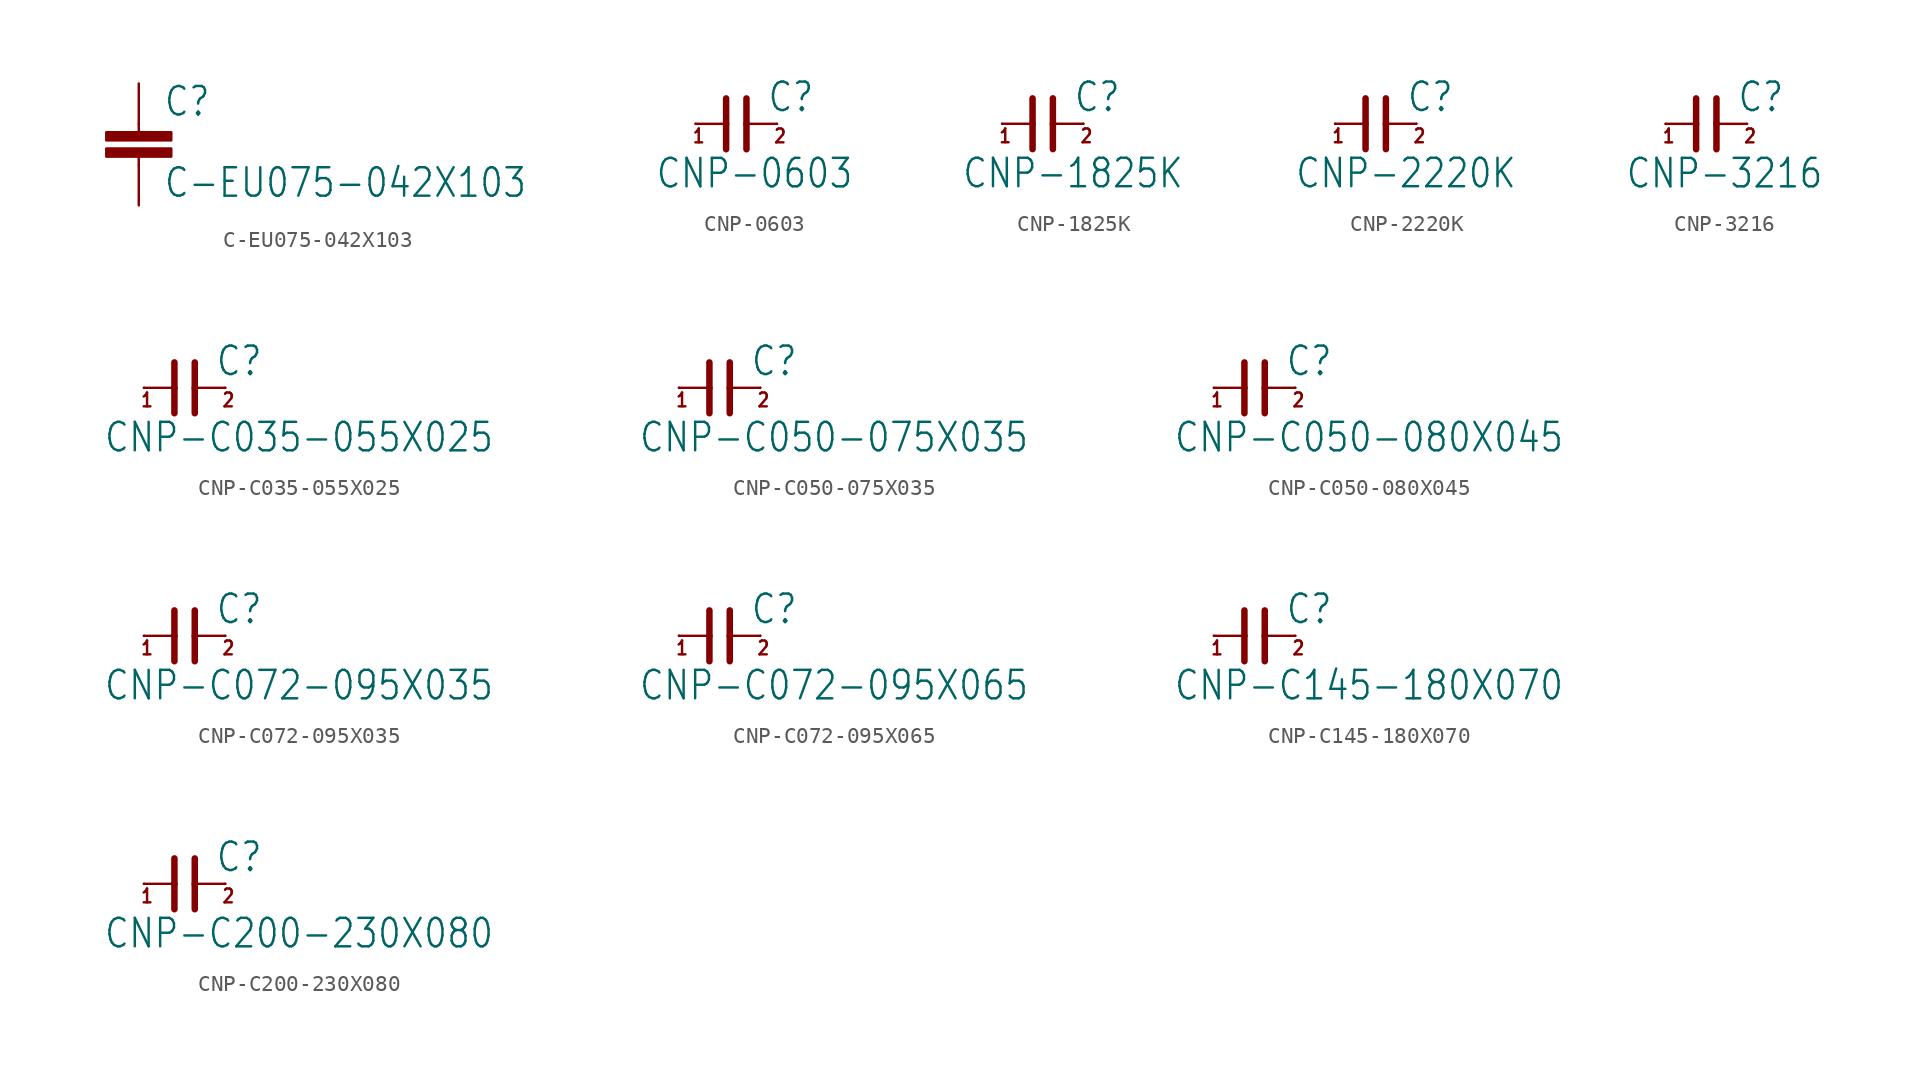
<source format=kicad_sym>
(kicad_symbol_lib
  (version 20211014)
  (generator kicad_symbol_editor)
  (symbol "C-EU075-042X103"
    (property "Reference" "C"
      (at 1.524 0.381 0)
      (effects (font (size 1.778 1.511)) (justify left bottom)))
    (property "Value" "C-EU075-042X103"
      (at 1.524 -4.699 0)
      (effects (font (size 1.778 1.511)) (justify left bottom)))
    (property "ki_locked" ""
      (at 0 0 0)
      (effects (font (size 1.27 1.27))))
    (symbol "C-EU075-042X103_1_0"
      (rectangle (start -2.032 -2.032) (end 2.032 -1.524) (stroke (width 0) (type default) (color 0 0 0 0)) (fill (type outline)))
      (rectangle (start -2.032 -1.016) (end 2.032 -0.508) (stroke (width 0) (type default) (color 0 0 0 0)) (fill (type outline)))
      (polyline (pts (xy 0 -2.54) (xy 0 -2.032)) (stroke (width 0.152) (type default) (color 0 0 0 0)) (fill (type none)))
      (polyline (pts (xy 0 0) (xy 0 -0.508)) (stroke (width 0.152) (type default) (color 0 0 0 0)) (fill (type none)))
      (pin passive line (at 0 2.54 270) (length 2.54) (name "1" (effects (font (size 0 0)))) (number "1" (effects (font (size 0 0)))))
      (pin passive line (at 0 -5.08 90) (length 2.54) (name "2" (effects (font (size 0 0)))) (number "2" (effects (font (size 0 0)))))))
  (symbol "CNP-0603"
    (property "Reference" "C"
      (at 1.905 0.635 0)
      (effects (font (size 1.778 1.511)) (justify left bottom)))
    (property "Value" "CNP-0603"
      (at -5.08 -4.128 0)
      (effects (font (size 1.778 1.511)) (justify left bottom)))
    (property "ki_locked" ""
      (at 0 0 0)
      (effects (font (size 1.27 1.27))))
    (symbol "CNP-0603_1_0"
      (polyline (pts (xy -2.54 0) (xy -0.635 0)) (stroke (width 0.152) (type default) (color 0 0 0 0)) (fill (type none)))
      (polyline (pts (xy -0.635 0) (xy -0.635 -1.587)) (stroke (width 0.406) (type default) (color 0 0 0 0)) (fill (type none)))
      (polyline (pts (xy -0.635 1.587) (xy -0.635 0)) (stroke (width 0.406) (type default) (color 0 0 0 0)) (fill (type none)))
      (polyline (pts (xy 0.635 0) (xy 0.635 -1.587)) (stroke (width 0.406) (type default) (color 0 0 0 0)) (fill (type none)))
      (polyline (pts (xy 0.635 1.587) (xy 0.635 0)) (stroke (width 0.406) (type default) (color 0 0 0 0)) (fill (type none)))
      (polyline (pts (xy 2.54 0) (xy 0.635 0)) (stroke (width 0.152) (type default) (color 0 0 0 0)) (fill (type none)))
      (text "1" (at -2.794 -1.27 0) (effects (font (size 0.864 0.734)) (justify left bottom)))
      (text "2" (at 2.286 -1.27 0) (effects (font (size 0.864 0.734)) (justify left bottom)))
      (pin passive line (at -2.54 0 0) (length 0) (name "1" (effects (font (size 0 0)))) (number "1" (effects (font (size 0 0)))))
      (pin passive line (at 2.54 0 180) (length 0) (name "2" (effects (font (size 0 0)))) (number "2" (effects (font (size 0 0)))))))
  (symbol "CNP-1825K"
    (property "Reference" "C"
      (at 1.905 0.635 0)
      (effects (font (size 1.778 1.511)) (justify left bottom)))
    (property "Value" "CNP-1825K"
      (at -5.08 -4.128 0)
      (effects (font (size 1.778 1.511)) (justify left bottom)))
    (property "ki_locked" ""
      (at 0 0 0)
      (effects (font (size 1.27 1.27))))
    (symbol "CNP-1825K_1_0"
      (polyline (pts (xy -2.54 0) (xy -0.635 0)) (stroke (width 0.152) (type default) (color 0 0 0 0)) (fill (type none)))
      (polyline (pts (xy -0.635 0) (xy -0.635 -1.587)) (stroke (width 0.406) (type default) (color 0 0 0 0)) (fill (type none)))
      (polyline (pts (xy -0.635 1.587) (xy -0.635 0)) (stroke (width 0.406) (type default) (color 0 0 0 0)) (fill (type none)))
      (polyline (pts (xy 0.635 0) (xy 0.635 -1.587)) (stroke (width 0.406) (type default) (color 0 0 0 0)) (fill (type none)))
      (polyline (pts (xy 0.635 1.587) (xy 0.635 0)) (stroke (width 0.406) (type default) (color 0 0 0 0)) (fill (type none)))
      (polyline (pts (xy 2.54 0) (xy 0.635 0)) (stroke (width 0.152) (type default) (color 0 0 0 0)) (fill (type none)))
      (text "1" (at -2.794 -1.27 0) (effects (font (size 0.864 0.734)) (justify left bottom)))
      (text "2" (at 2.286 -1.27 0) (effects (font (size 0.864 0.734)) (justify left bottom)))
      (pin passive line (at -2.54 0 0) (length 0) (name "1" (effects (font (size 0 0)))) (number "1" (effects (font (size 0 0)))))
      (pin passive line (at 2.54 0 180) (length 0) (name "2" (effects (font (size 0 0)))) (number "2" (effects (font (size 0 0)))))))
  (symbol "CNP-2220K"
    (property "Reference" "C"
      (at 1.905 0.635 0)
      (effects (font (size 1.778 1.511)) (justify left bottom)))
    (property "Value" "CNP-2220K"
      (at -5.08 -4.128 0)
      (effects (font (size 1.778 1.511)) (justify left bottom)))
    (property "ki_locked" ""
      (at 0 0 0)
      (effects (font (size 1.27 1.27))))
    (symbol "CNP-2220K_1_0"
      (polyline (pts (xy -2.54 0) (xy -0.635 0)) (stroke (width 0.152) (type default) (color 0 0 0 0)) (fill (type none)))
      (polyline (pts (xy -0.635 0) (xy -0.635 -1.587)) (stroke (width 0.406) (type default) (color 0 0 0 0)) (fill (type none)))
      (polyline (pts (xy -0.635 1.587) (xy -0.635 0)) (stroke (width 0.406) (type default) (color 0 0 0 0)) (fill (type none)))
      (polyline (pts (xy 0.635 0) (xy 0.635 -1.587)) (stroke (width 0.406) (type default) (color 0 0 0 0)) (fill (type none)))
      (polyline (pts (xy 0.635 1.587) (xy 0.635 0)) (stroke (width 0.406) (type default) (color 0 0 0 0)) (fill (type none)))
      (polyline (pts (xy 2.54 0) (xy 0.635 0)) (stroke (width 0.152) (type default) (color 0 0 0 0)) (fill (type none)))
      (text "1" (at -2.794 -1.27 0) (effects (font (size 0.864 0.734)) (justify left bottom)))
      (text "2" (at 2.286 -1.27 0) (effects (font (size 0.864 0.734)) (justify left bottom)))
      (pin passive line (at -2.54 0 0) (length 0) (name "1" (effects (font (size 0 0)))) (number "1" (effects (font (size 0 0)))))
      (pin passive line (at 2.54 0 180) (length 0) (name "2" (effects (font (size 0 0)))) (number "2" (effects (font (size 0 0)))))))
  (symbol "CNP-3216"
    (property "Reference" "C"
      (at 1.905 0.635 0)
      (effects (font (size 1.778 1.511)) (justify left bottom)))
    (property "Value" "CNP-3216"
      (at -5.08 -4.128 0)
      (effects (font (size 1.778 1.511)) (justify left bottom)))
    (property "ki_locked" ""
      (at 0 0 0)
      (effects (font (size 1.27 1.27))))
    (symbol "CNP-3216_1_0"
      (polyline (pts (xy -2.54 0) (xy -0.635 0)) (stroke (width 0.152) (type default) (color 0 0 0 0)) (fill (type none)))
      (polyline (pts (xy -0.635 0) (xy -0.635 -1.587)) (stroke (width 0.406) (type default) (color 0 0 0 0)) (fill (type none)))
      (polyline (pts (xy -0.635 1.587) (xy -0.635 0)) (stroke (width 0.406) (type default) (color 0 0 0 0)) (fill (type none)))
      (polyline (pts (xy 0.635 0) (xy 0.635 -1.587)) (stroke (width 0.406) (type default) (color 0 0 0 0)) (fill (type none)))
      (polyline (pts (xy 0.635 1.587) (xy 0.635 0)) (stroke (width 0.406) (type default) (color 0 0 0 0)) (fill (type none)))
      (polyline (pts (xy 2.54 0) (xy 0.635 0)) (stroke (width 0.152) (type default) (color 0 0 0 0)) (fill (type none)))
      (text "1" (at -2.794 -1.27 0) (effects (font (size 0.864 0.734)) (justify left bottom)))
      (text "2" (at 2.286 -1.27 0) (effects (font (size 0.864 0.734)) (justify left bottom)))
      (pin passive line (at -2.54 0 0) (length 0) (name "1" (effects (font (size 0 0)))) (number "1" (effects (font (size 0 0)))))
      (pin passive line (at 2.54 0 180) (length 0) (name "2" (effects (font (size 0 0)))) (number "2" (effects (font (size 0 0)))))))
  (symbol "CNP-C035-055X025"
    (property "Reference" "C"
      (at 1.905 0.635 0)
      (effects (font (size 1.778 1.511)) (justify left bottom)))
    (property "Value" "CNP-C035-055X025"
      (at -5.08 -4.128 0)
      (effects (font (size 1.778 1.511)) (justify left bottom)))
    (property "ki_locked" ""
      (at 0 0 0)
      (effects (font (size 1.27 1.27))))
    (symbol "CNP-C035-055X025_1_0"
      (polyline (pts (xy -2.54 0) (xy -0.635 0)) (stroke (width 0.152) (type default) (color 0 0 0 0)) (fill (type none)))
      (polyline (pts (xy -0.635 0) (xy -0.635 -1.587)) (stroke (width 0.406) (type default) (color 0 0 0 0)) (fill (type none)))
      (polyline (pts (xy -0.635 1.587) (xy -0.635 0)) (stroke (width 0.406) (type default) (color 0 0 0 0)) (fill (type none)))
      (polyline (pts (xy 0.635 0) (xy 0.635 -1.587)) (stroke (width 0.406) (type default) (color 0 0 0 0)) (fill (type none)))
      (polyline (pts (xy 0.635 1.587) (xy 0.635 0)) (stroke (width 0.406) (type default) (color 0 0 0 0)) (fill (type none)))
      (polyline (pts (xy 2.54 0) (xy 0.635 0)) (stroke (width 0.152) (type default) (color 0 0 0 0)) (fill (type none)))
      (text "1" (at -2.794 -1.27 0) (effects (font (size 0.864 0.734)) (justify left bottom)))
      (text "2" (at 2.286 -1.27 0) (effects (font (size 0.864 0.734)) (justify left bottom)))
      (pin passive line (at -2.54 0 0) (length 0) (name "1" (effects (font (size 0 0)))) (number "1" (effects (font (size 0 0)))))
      (pin passive line (at 2.54 0 180) (length 0) (name "2" (effects (font (size 0 0)))) (number "2" (effects (font (size 0 0)))))))
  (symbol "CNP-C050-075X035"
    (property "Reference" "C"
      (at 1.905 0.635 0)
      (effects (font (size 1.778 1.511)) (justify left bottom)))
    (property "Value" "CNP-C050-075X035"
      (at -5.08 -4.128 0)
      (effects (font (size 1.778 1.511)) (justify left bottom)))
    (property "ki_locked" ""
      (at 0 0 0)
      (effects (font (size 1.27 1.27))))
    (symbol "CNP-C050-075X035_1_0"
      (polyline (pts (xy -2.54 0) (xy -0.635 0)) (stroke (width 0.152) (type default) (color 0 0 0 0)) (fill (type none)))
      (polyline (pts (xy -0.635 0) (xy -0.635 -1.587)) (stroke (width 0.406) (type default) (color 0 0 0 0)) (fill (type none)))
      (polyline (pts (xy -0.635 1.587) (xy -0.635 0)) (stroke (width 0.406) (type default) (color 0 0 0 0)) (fill (type none)))
      (polyline (pts (xy 0.635 0) (xy 0.635 -1.587)) (stroke (width 0.406) (type default) (color 0 0 0 0)) (fill (type none)))
      (polyline (pts (xy 0.635 1.587) (xy 0.635 0)) (stroke (width 0.406) (type default) (color 0 0 0 0)) (fill (type none)))
      (polyline (pts (xy 2.54 0) (xy 0.635 0)) (stroke (width 0.152) (type default) (color 0 0 0 0)) (fill (type none)))
      (text "1" (at -2.794 -1.27 0) (effects (font (size 0.864 0.734)) (justify left bottom)))
      (text "2" (at 2.286 -1.27 0) (effects (font (size 0.864 0.734)) (justify left bottom)))
      (pin passive line (at -2.54 0 0) (length 0) (name "1" (effects (font (size 0 0)))) (number "1" (effects (font (size 0 0)))))
      (pin passive line (at 2.54 0 180) (length 0) (name "2" (effects (font (size 0 0)))) (number "2" (effects (font (size 0 0)))))))
  (symbol "CNP-C050-080X045"
    (property "Reference" "C"
      (at 1.905 0.635 0)
      (effects (font (size 1.778 1.511)) (justify left bottom)))
    (property "Value" "CNP-C050-080X045"
      (at -5.08 -4.128 0)
      (effects (font (size 1.778 1.511)) (justify left bottom)))
    (property "ki_locked" ""
      (at 0 0 0)
      (effects (font (size 1.27 1.27))))
    (symbol "CNP-C050-080X045_1_0"
      (polyline (pts (xy -2.54 0) (xy -0.635 0)) (stroke (width 0.152) (type default) (color 0 0 0 0)) (fill (type none)))
      (polyline (pts (xy -0.635 0) (xy -0.635 -1.587)) (stroke (width 0.406) (type default) (color 0 0 0 0)) (fill (type none)))
      (polyline (pts (xy -0.635 1.587) (xy -0.635 0)) (stroke (width 0.406) (type default) (color 0 0 0 0)) (fill (type none)))
      (polyline (pts (xy 0.635 0) (xy 0.635 -1.587)) (stroke (width 0.406) (type default) (color 0 0 0 0)) (fill (type none)))
      (polyline (pts (xy 0.635 1.587) (xy 0.635 0)) (stroke (width 0.406) (type default) (color 0 0 0 0)) (fill (type none)))
      (polyline (pts (xy 2.54 0) (xy 0.635 0)) (stroke (width 0.152) (type default) (color 0 0 0 0)) (fill (type none)))
      (text "1" (at -2.794 -1.27 0) (effects (font (size 0.864 0.734)) (justify left bottom)))
      (text "2" (at 2.286 -1.27 0) (effects (font (size 0.864 0.734)) (justify left bottom)))
      (pin passive line (at -2.54 0 0) (length 0) (name "1" (effects (font (size 0 0)))) (number "1" (effects (font (size 0 0)))))
      (pin passive line (at 2.54 0 180) (length 0) (name "2" (effects (font (size 0 0)))) (number "2" (effects (font (size 0 0)))))))
  (symbol "CNP-C072-095X035"
    (property "Reference" "C"
      (at 1.905 0.635 0)
      (effects (font (size 1.778 1.511)) (justify left bottom)))
    (property "Value" "CNP-C072-095X035"
      (at -5.08 -4.128 0)
      (effects (font (size 1.778 1.511)) (justify left bottom)))
    (property "ki_locked" ""
      (at 0 0 0)
      (effects (font (size 1.27 1.27))))
    (symbol "CNP-C072-095X035_1_0"
      (polyline (pts (xy -2.54 0) (xy -0.635 0)) (stroke (width 0.152) (type default) (color 0 0 0 0)) (fill (type none)))
      (polyline (pts (xy -0.635 0) (xy -0.635 -1.587)) (stroke (width 0.406) (type default) (color 0 0 0 0)) (fill (type none)))
      (polyline (pts (xy -0.635 1.587) (xy -0.635 0)) (stroke (width 0.406) (type default) (color 0 0 0 0)) (fill (type none)))
      (polyline (pts (xy 0.635 0) (xy 0.635 -1.587)) (stroke (width 0.406) (type default) (color 0 0 0 0)) (fill (type none)))
      (polyline (pts (xy 0.635 1.587) (xy 0.635 0)) (stroke (width 0.406) (type default) (color 0 0 0 0)) (fill (type none)))
      (polyline (pts (xy 2.54 0) (xy 0.635 0)) (stroke (width 0.152) (type default) (color 0 0 0 0)) (fill (type none)))
      (text "1" (at -2.794 -1.27 0) (effects (font (size 0.864 0.734)) (justify left bottom)))
      (text "2" (at 2.286 -1.27 0) (effects (font (size 0.864 0.734)) (justify left bottom)))
      (pin passive line (at -2.54 0 0) (length 0) (name "1" (effects (font (size 0 0)))) (number "1" (effects (font (size 0 0)))))
      (pin passive line (at 2.54 0 180) (length 0) (name "2" (effects (font (size 0 0)))) (number "2" (effects (font (size 0 0)))))))
  (symbol "CNP-C072-095X065"
    (property "Reference" "C"
      (at 1.905 0.635 0)
      (effects (font (size 1.778 1.511)) (justify left bottom)))
    (property "Value" "CNP-C072-095X065"
      (at -5.08 -4.128 0)
      (effects (font (size 1.778 1.511)) (justify left bottom)))
    (property "ki_locked" ""
      (at 0 0 0)
      (effects (font (size 1.27 1.27))))
    (symbol "CNP-C072-095X065_1_0"
      (polyline (pts (xy -2.54 0) (xy -0.635 0)) (stroke (width 0.152) (type default) (color 0 0 0 0)) (fill (type none)))
      (polyline (pts (xy -0.635 0) (xy -0.635 -1.587)) (stroke (width 0.406) (type default) (color 0 0 0 0)) (fill (type none)))
      (polyline (pts (xy -0.635 1.587) (xy -0.635 0)) (stroke (width 0.406) (type default) (color 0 0 0 0)) (fill (type none)))
      (polyline (pts (xy 0.635 0) (xy 0.635 -1.587)) (stroke (width 0.406) (type default) (color 0 0 0 0)) (fill (type none)))
      (polyline (pts (xy 0.635 1.587) (xy 0.635 0)) (stroke (width 0.406) (type default) (color 0 0 0 0)) (fill (type none)))
      (polyline (pts (xy 2.54 0) (xy 0.635 0)) (stroke (width 0.152) (type default) (color 0 0 0 0)) (fill (type none)))
      (text "1" (at -2.794 -1.27 0) (effects (font (size 0.864 0.734)) (justify left bottom)))
      (text "2" (at 2.286 -1.27 0) (effects (font (size 0.864 0.734)) (justify left bottom)))
      (pin passive line (at -2.54 0 0) (length 0) (name "1" (effects (font (size 0 0)))) (number "1" (effects (font (size 0 0)))))
      (pin passive line (at 2.54 0 180) (length 0) (name "2" (effects (font (size 0 0)))) (number "2" (effects (font (size 0 0)))))))
  (symbol "CNP-C145-180X070"
    (property "Reference" "C"
      (at 1.905 0.635 0)
      (effects (font (size 1.778 1.511)) (justify left bottom)))
    (property "Value" "CNP-C145-180X070"
      (at -5.08 -4.128 0)
      (effects (font (size 1.778 1.511)) (justify left bottom)))
    (property "ki_locked" ""
      (at 0 0 0)
      (effects (font (size 1.27 1.27))))
    (symbol "CNP-C145-180X070_1_0"
      (polyline (pts (xy -2.54 0) (xy -0.635 0)) (stroke (width 0.152) (type default) (color 0 0 0 0)) (fill (type none)))
      (polyline (pts (xy -0.635 0) (xy -0.635 -1.587)) (stroke (width 0.406) (type default) (color 0 0 0 0)) (fill (type none)))
      (polyline (pts (xy -0.635 1.587) (xy -0.635 0)) (stroke (width 0.406) (type default) (color 0 0 0 0)) (fill (type none)))
      (polyline (pts (xy 0.635 0) (xy 0.635 -1.587)) (stroke (width 0.406) (type default) (color 0 0 0 0)) (fill (type none)))
      (polyline (pts (xy 0.635 1.587) (xy 0.635 0)) (stroke (width 0.406) (type default) (color 0 0 0 0)) (fill (type none)))
      (polyline (pts (xy 2.54 0) (xy 0.635 0)) (stroke (width 0.152) (type default) (color 0 0 0 0)) (fill (type none)))
      (text "1" (at -2.794 -1.27 0) (effects (font (size 0.864 0.734)) (justify left bottom)))
      (text "2" (at 2.286 -1.27 0) (effects (font (size 0.864 0.734)) (justify left bottom)))
      (pin passive line (at -2.54 0 0) (length 0) (name "1" (effects (font (size 0 0)))) (number "1" (effects (font (size 0 0)))))
      (pin passive line (at 2.54 0 180) (length 0) (name "2" (effects (font (size 0 0)))) (number "2" (effects (font (size 0 0)))))))
  (symbol "CNP-C200-230X080"
    (property "Reference" "C"
      (at 1.905 0.635 0)
      (effects (font (size 1.778 1.511)) (justify left bottom)))
    (property "Value" "CNP-C200-230X080"
      (at -5.08 -4.128 0)
      (effects (font (size 1.778 1.511)) (justify left bottom)))
    (property "ki_locked" ""
      (at 0 0 0)
      (effects (font (size 1.27 1.27))))
    (symbol "CNP-C200-230X080_1_0"
      (polyline (pts (xy -2.54 0) (xy -0.635 0)) (stroke (width 0.152) (type default) (color 0 0 0 0)) (fill (type none)))
      (polyline (pts (xy -0.635 0) (xy -0.635 -1.587)) (stroke (width 0.406) (type default) (color 0 0 0 0)) (fill (type none)))
      (polyline (pts (xy -0.635 1.587) (xy -0.635 0)) (stroke (width 0.406) (type default) (color 0 0 0 0)) (fill (type none)))
      (polyline (pts (xy 0.635 0) (xy 0.635 -1.587)) (stroke (width 0.406) (type default) (color 0 0 0 0)) (fill (type none)))
      (polyline (pts (xy 0.635 1.587) (xy 0.635 0)) (stroke (width 0.406) (type default) (color 0 0 0 0)) (fill (type none)))
      (polyline (pts (xy 2.54 0) (xy 0.635 0)) (stroke (width 0.152) (type default) (color 0 0 0 0)) (fill (type none)))
      (text "1" (at -2.794 -1.27 0) (effects (font (size 0.864 0.734)) (justify left bottom)))
      (text "2" (at 2.286 -1.27 0) (effects (font (size 0.864 0.734)) (justify left bottom)))
      (pin passive line (at -2.54 0 0) (length 0) (name "1" (effects (font (size 0 0)))) (number "1" (effects (font (size 0 0)))))
      (pin passive line (at 2.54 0 180) (length 0) (name "2" (effects (font (size 0 0)))) (number "2" (effects (font (size 0 0))))))))
</source>
